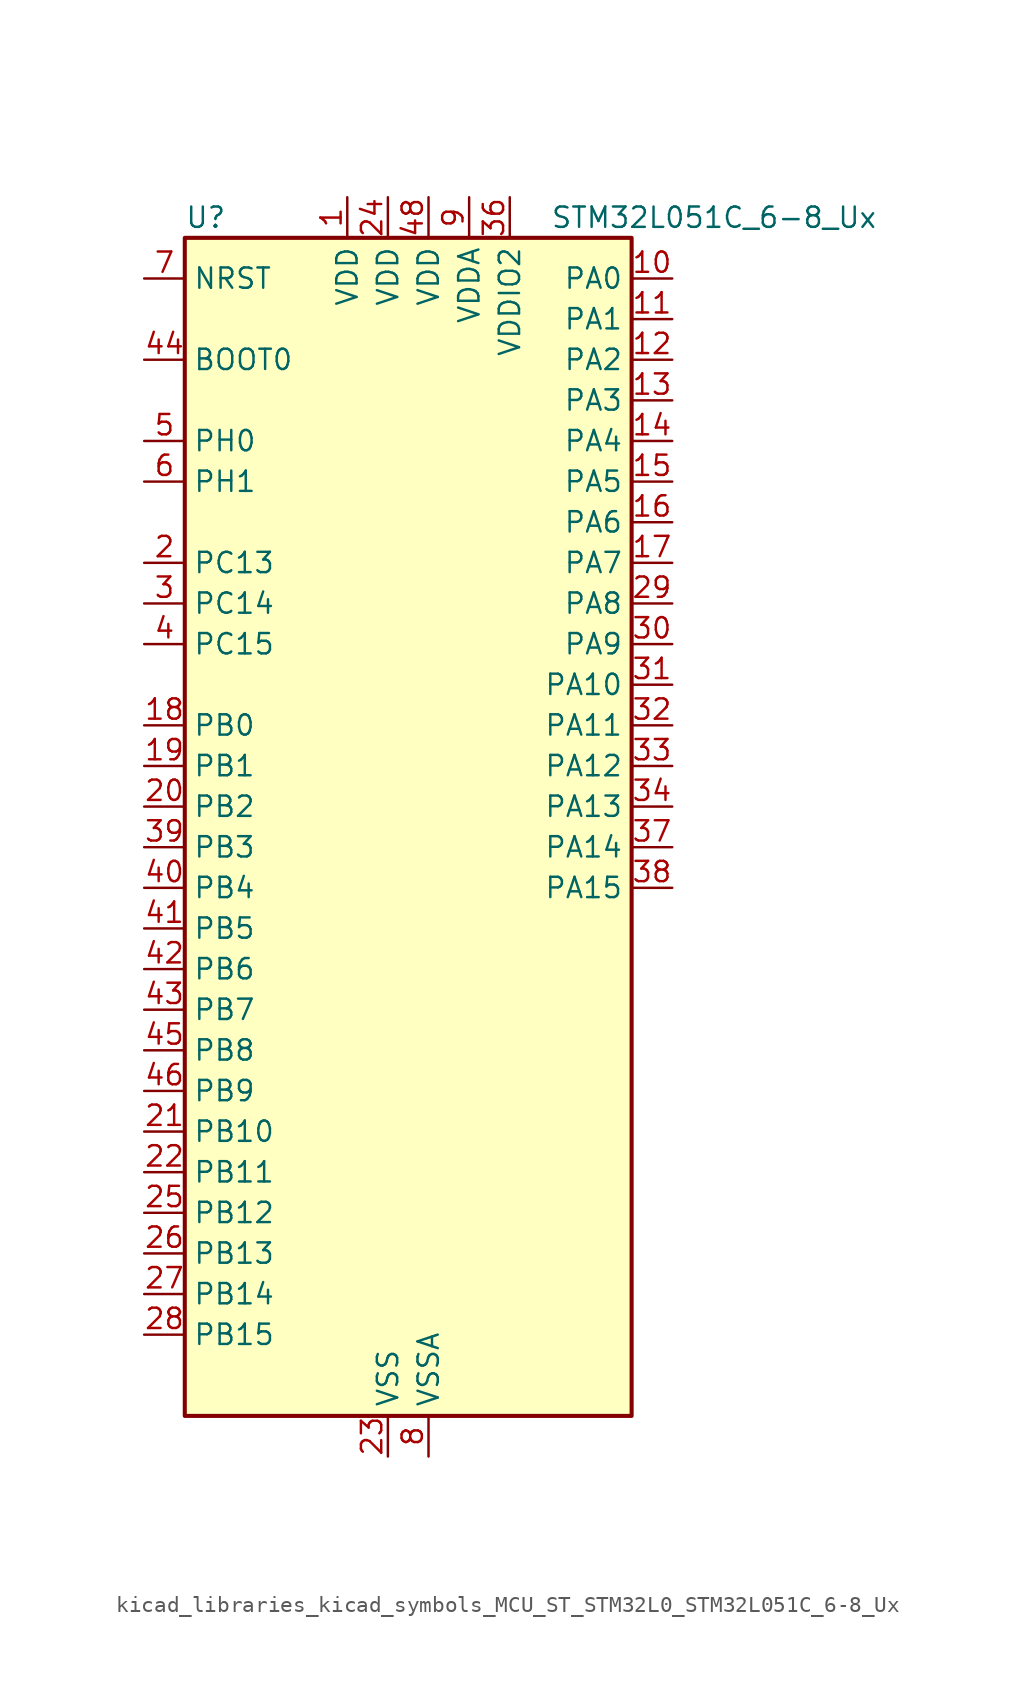
<source format=kicad_sym>
(kicad_symbol_lib
  (version 20220914)
  (generator kicad_symbol_editor)
  (symbol "kicad_libraries_kicad_symbols_MCU_ST_STM32L0_STM32L051C_6-8_Ux"
    (property "Reference" "U"
      (at -12.7 39.37 0)
      (effects (font (size 1.27 1.27)) (justify left)))
    (property "Value" "STM32L051C_6-8_Ux"
      (at 10.16 39.37 0)
      (effects (font (size 1.27 1.27)) (justify left)))
    (property "ki_locked" ""
      (at 0 0 0)
      (effects (font (size 1.27 1.27))))
    (symbol "kicad_libraries_kicad_symbols_MCU_ST_STM32L0_STM32L051C_6-8_Ux_0_1"
      (rectangle (start -12.7 -35.56) (end 15.24 38.1) (stroke (width 0.254) (type default)) (fill (type background))))
    (symbol "kicad_libraries_kicad_symbols_MCU_ST_STM32L0_STM32L051C_6-8_Ux_1_1"
      (pin power_in line (at -2.54 40.64 270) (length 2.54) (name "VDD" (effects (font (size 1.27 1.27)))) (number "1" (effects (font (size 1.27 1.27)))))
      (pin bidirectional line (at 17.78 35.56 180) (length 2.54) (name "PA0" (effects (font (size 1.27 1.27)))) (number "10" (effects (font (size 1.27 1.27)))) (alternate "ADC_IN0" bidirectional line) (alternate "COMP1_INM" bidirectional line) (alternate "COMP1_OUT" bidirectional line) (alternate "RTC_TAMP2" bidirectional line) (alternate "SYS_WKUP1" bidirectional line) (alternate "TIM2_CH1" bidirectional line) (alternate "TIM2_ETR" bidirectional line) (alternate "USART2_CTS" bidirectional line))
      (pin bidirectional line (at 17.78 33.02 180) (length 2.54) (name "PA1" (effects (font (size 1.27 1.27)))) (number "11" (effects (font (size 1.27 1.27)))) (alternate "ADC_IN1" bidirectional line) (alternate "COMP1_INP" bidirectional line) (alternate "TIM21_ETR" bidirectional line) (alternate "TIM2_CH2" bidirectional line) (alternate "USART2_DE" bidirectional line) (alternate "USART2_RTS" bidirectional line))
      (pin bidirectional line (at 17.78 30.48 180) (length 2.54) (name "PA2" (effects (font (size 1.27 1.27)))) (number "12" (effects (font (size 1.27 1.27)))) (alternate "ADC_IN2" bidirectional line) (alternate "COMP2_INM" bidirectional line) (alternate "COMP2_OUT" bidirectional line) (alternate "TIM21_CH1" bidirectional line) (alternate "TIM2_CH3" bidirectional line) (alternate "USART2_TX" bidirectional line))
      (pin bidirectional line (at 17.78 27.94 180) (length 2.54) (name "PA3" (effects (font (size 1.27 1.27)))) (number "13" (effects (font (size 1.27 1.27)))) (alternate "ADC_IN3" bidirectional line) (alternate "COMP2_INP" bidirectional line) (alternate "TIM21_CH2" bidirectional line) (alternate "TIM2_CH4" bidirectional line) (alternate "USART2_RX" bidirectional line))
      (pin bidirectional line (at 17.78 25.4 180) (length 2.54) (name "PA4" (effects (font (size 1.27 1.27)))) (number "14" (effects (font (size 1.27 1.27)))) (alternate "ADC_IN4" bidirectional line) (alternate "COMP1_INM" bidirectional line) (alternate "COMP2_INM" bidirectional line) (alternate "SPI1_NSS" bidirectional line) (alternate "TIM22_ETR" bidirectional line) (alternate "USART2_CK" bidirectional line))
      (pin bidirectional line (at 17.78 22.86 180) (length 2.54) (name "PA5" (effects (font (size 1.27 1.27)))) (number "15" (effects (font (size 1.27 1.27)))) (alternate "ADC_IN5" bidirectional line) (alternate "COMP1_INM" bidirectional line) (alternate "COMP2_INM" bidirectional line) (alternate "SPI1_SCK" bidirectional line) (alternate "TIM2_CH1" bidirectional line) (alternate "TIM2_ETR" bidirectional line))
      (pin bidirectional line (at 17.78 20.32 180) (length 2.54) (name "PA6" (effects (font (size 1.27 1.27)))) (number "16" (effects (font (size 1.27 1.27)))) (alternate "ADC_IN6" bidirectional line) (alternate "COMP1_OUT" bidirectional line) (alternate "LPUART1_CTS" bidirectional line) (alternate "SPI1_MISO" bidirectional line) (alternate "TIM22_CH1" bidirectional line))
      (pin bidirectional line (at 17.78 17.78 180) (length 2.54) (name "PA7" (effects (font (size 1.27 1.27)))) (number "17" (effects (font (size 1.27 1.27)))) (alternate "ADC_IN7" bidirectional line) (alternate "COMP2_OUT" bidirectional line) (alternate "SPI1_MOSI" bidirectional line) (alternate "TIM22_CH2" bidirectional line))
      (pin bidirectional line (at -15.24 7.62 0) (length 2.54) (name "PB0" (effects (font (size 1.27 1.27)))) (number "18" (effects (font (size 1.27 1.27)))) (alternate "ADC_IN8" bidirectional line) (alternate "SYS_VREF_OUT_PB0" bidirectional line))
      (pin bidirectional line (at -15.24 5.08 0) (length 2.54) (name "PB1" (effects (font (size 1.27 1.27)))) (number "19" (effects (font (size 1.27 1.27)))) (alternate "ADC_IN9" bidirectional line) (alternate "LPUART1_DE" bidirectional line) (alternate "LPUART1_RTS" bidirectional line) (alternate "SYS_VREF_OUT_PB1" bidirectional line))
      (pin bidirectional line (at -15.24 17.78 0) (length 2.54) (name "PC13" (effects (font (size 1.27 1.27)))) (number "2" (effects (font (size 1.27 1.27)))) (alternate "RTC_OUT_ALARM" bidirectional line) (alternate "RTC_OUT_CALIB" bidirectional line) (alternate "RTC_TAMP1" bidirectional line) (alternate "RTC_TS" bidirectional line) (alternate "SYS_WKUP2" bidirectional line))
      (pin bidirectional line (at -15.24 2.54 0) (length 2.54) (name "PB2" (effects (font (size 1.27 1.27)))) (number "20" (effects (font (size 1.27 1.27)))) (alternate "LPTIM1_OUT" bidirectional line))
      (pin bidirectional line (at -15.24 -17.78 0) (length 2.54) (name "PB10" (effects (font (size 1.27 1.27)))) (number "21" (effects (font (size 1.27 1.27)))) (alternate "I2C2_SCL" bidirectional line) (alternate "LPUART1_TX" bidirectional line) (alternate "SPI2_SCK" bidirectional line) (alternate "TIM2_CH3" bidirectional line))
      (pin bidirectional line (at -15.24 -20.32 0) (length 2.54) (name "PB11" (effects (font (size 1.27 1.27)))) (number "22" (effects (font (size 1.27 1.27)))) (alternate "ADC_EXTI11" bidirectional line) (alternate "I2C2_SDA" bidirectional line) (alternate "LPUART1_RX" bidirectional line) (alternate "TIM2_CH4" bidirectional line))
      (pin power_in line (at 0 -38.1 90) (length 2.54) (name "VSS" (effects (font (size 1.27 1.27)))) (number "23" (effects (font (size 1.27 1.27)))))
      (pin power_in line (at 0 40.64 270) (length 2.54) (name "VDD" (effects (font (size 1.27 1.27)))) (number "24" (effects (font (size 1.27 1.27)))))
      (pin bidirectional line (at -15.24 -22.86 0) (length 2.54) (name "PB12" (effects (font (size 1.27 1.27)))) (number "25" (effects (font (size 1.27 1.27)))) (alternate "I2S2_WS" bidirectional line) (alternate "LPUART1_DE" bidirectional line) (alternate "LPUART1_RTS" bidirectional line) (alternate "SPI2_NSS" bidirectional line))
      (pin bidirectional line (at -15.24 -25.4 0) (length 2.54) (name "PB13" (effects (font (size 1.27 1.27)))) (number "26" (effects (font (size 1.27 1.27)))) (alternate "I2C2_SCL" bidirectional line) (alternate "I2S2_CK" bidirectional line) (alternate "LPUART1_CTS" bidirectional line) (alternate "SPI2_SCK" bidirectional line) (alternate "TIM21_CH1" bidirectional line))
      (pin bidirectional line (at -15.24 -27.94 0) (length 2.54) (name "PB14" (effects (font (size 1.27 1.27)))) (number "27" (effects (font (size 1.27 1.27)))) (alternate "I2C2_SDA" bidirectional line) (alternate "I2S2_MCK" bidirectional line) (alternate "LPUART1_DE" bidirectional line) (alternate "LPUART1_RTS" bidirectional line) (alternate "RTC_OUT_ALARM" bidirectional line) (alternate "RTC_OUT_CALIB" bidirectional line) (alternate "SPI2_MISO" bidirectional line) (alternate "TIM21_CH2" bidirectional line))
      (pin bidirectional line (at -15.24 -30.48 0) (length 2.54) (name "PB15" (effects (font (size 1.27 1.27)))) (number "28" (effects (font (size 1.27 1.27)))) (alternate "I2S2_SD" bidirectional line) (alternate "RTC_REFIN" bidirectional line) (alternate "SPI2_MOSI" bidirectional line))
      (pin bidirectional line (at 17.78 15.24 180) (length 2.54) (name "PA8" (effects (font (size 1.27 1.27)))) (number "29" (effects (font (size 1.27 1.27)))) (alternate "RCC_MCO" bidirectional line) (alternate "USART1_CK" bidirectional line))
      (pin bidirectional line (at -15.24 15.24 0) (length 2.54) (name "PC14" (effects (font (size 1.27 1.27)))) (number "3" (effects (font (size 1.27 1.27)))) (alternate "RCC_OSC32_IN" bidirectional line))
      (pin bidirectional line (at 17.78 12.7 180) (length 2.54) (name "PA9" (effects (font (size 1.27 1.27)))) (number "30" (effects (font (size 1.27 1.27)))) (alternate "RCC_MCO" bidirectional line) (alternate "USART1_TX" bidirectional line))
      (pin bidirectional line (at 17.78 10.16 180) (length 2.54) (name "PA10" (effects (font (size 1.27 1.27)))) (number "31" (effects (font (size 1.27 1.27)))) (alternate "USART1_RX" bidirectional line))
      (pin bidirectional line (at 17.78 7.62 180) (length 2.54) (name "PA11" (effects (font (size 1.27 1.27)))) (number "32" (effects (font (size 1.27 1.27)))) (alternate "ADC_EXTI11" bidirectional line) (alternate "COMP1_OUT" bidirectional line) (alternate "SPI1_MISO" bidirectional line) (alternate "USART1_CTS" bidirectional line))
      (pin bidirectional line (at 17.78 5.08 180) (length 2.54) (name "PA12" (effects (font (size 1.27 1.27)))) (number "33" (effects (font (size 1.27 1.27)))) (alternate "COMP2_OUT" bidirectional line) (alternate "SPI1_MOSI" bidirectional line) (alternate "USART1_DE" bidirectional line) (alternate "USART1_RTS" bidirectional line))
      (pin bidirectional line (at 17.78 2.54 180) (length 2.54) (name "PA13" (effects (font (size 1.27 1.27)))) (number "34" (effects (font (size 1.27 1.27)))) (alternate "SYS_SWDIO" bidirectional line))
      (pin passive line (at 0 -38.1 90) (length 2.54) hide (name "VSS" (effects (font (size 1.27 1.27)))) (number "35" (effects (font (size 1.27 1.27)))))
      (pin power_in line (at 7.62 40.64 270) (length 2.54) (name "VDDIO2" (effects (font (size 1.27 1.27)))) (number "36" (effects (font (size 1.27 1.27)))))
      (pin bidirectional line (at 17.78 0 180) (length 2.54) (name "PA14" (effects (font (size 1.27 1.27)))) (number "37" (effects (font (size 1.27 1.27)))) (alternate "SYS_SWCLK" bidirectional line) (alternate "USART2_TX" bidirectional line))
      (pin bidirectional line (at 17.78 -2.54 180) (length 2.54) (name "PA15" (effects (font (size 1.27 1.27)))) (number "38" (effects (font (size 1.27 1.27)))) (alternate "SPI1_NSS" bidirectional line) (alternate "TIM2_CH1" bidirectional line) (alternate "TIM2_ETR" bidirectional line) (alternate "USART2_RX" bidirectional line))
      (pin bidirectional line (at -15.24 0 0) (length 2.54) (name "PB3" (effects (font (size 1.27 1.27)))) (number "39" (effects (font (size 1.27 1.27)))) (alternate "COMP2_INM" bidirectional line) (alternate "SPI1_SCK" bidirectional line) (alternate "TIM2_CH2" bidirectional line))
      (pin bidirectional line (at -15.24 12.7 0) (length 2.54) (name "PC15" (effects (font (size 1.27 1.27)))) (number "4" (effects (font (size 1.27 1.27)))) (alternate "RCC_OSC32_OUT" bidirectional line))
      (pin bidirectional line (at -15.24 -2.54 0) (length 2.54) (name "PB4" (effects (font (size 1.27 1.27)))) (number "40" (effects (font (size 1.27 1.27)))) (alternate "COMP2_INP" bidirectional line) (alternate "SPI1_MISO" bidirectional line) (alternate "TIM22_CH1" bidirectional line))
      (pin bidirectional line (at -15.24 -5.08 0) (length 2.54) (name "PB5" (effects (font (size 1.27 1.27)))) (number "41" (effects (font (size 1.27 1.27)))) (alternate "COMP2_INP" bidirectional line) (alternate "I2C1_SMBA" bidirectional line) (alternate "LPTIM1_IN1" bidirectional line) (alternate "SPI1_MOSI" bidirectional line) (alternate "TIM22_CH2" bidirectional line))
      (pin bidirectional line (at -15.24 -7.62 0) (length 2.54) (name "PB6" (effects (font (size 1.27 1.27)))) (number "42" (effects (font (size 1.27 1.27)))) (alternate "COMP2_INP" bidirectional line) (alternate "I2C1_SCL" bidirectional line) (alternate "LPTIM1_ETR" bidirectional line) (alternate "USART1_TX" bidirectional line))
      (pin bidirectional line (at -15.24 -10.16 0) (length 2.54) (name "PB7" (effects (font (size 1.27 1.27)))) (number "43" (effects (font (size 1.27 1.27)))) (alternate "COMP2_INP" bidirectional line) (alternate "I2C1_SDA" bidirectional line) (alternate "LPTIM1_IN2" bidirectional line) (alternate "SYS_PVD_IN" bidirectional line) (alternate "USART1_RX" bidirectional line))
      (pin input line (at -15.24 30.48 0) (length 2.54) (name "BOOT0" (effects (font (size 1.27 1.27)))) (number "44" (effects (font (size 1.27 1.27)))))
      (pin bidirectional line (at -15.24 -12.7 0) (length 2.54) (name "PB8" (effects (font (size 1.27 1.27)))) (number "45" (effects (font (size 1.27 1.27)))) (alternate "I2C1_SCL" bidirectional line))
      (pin bidirectional line (at -15.24 -15.24 0) (length 2.54) (name "PB9" (effects (font (size 1.27 1.27)))) (number "46" (effects (font (size 1.27 1.27)))) (alternate "I2C1_SDA" bidirectional line) (alternate "I2S2_WS" bidirectional line) (alternate "SPI2_NSS" bidirectional line))
      (pin passive line (at 0 -38.1 90) (length 2.54) hide (name "VSS" (effects (font (size 1.27 1.27)))) (number "47" (effects (font (size 1.27 1.27)))))
      (pin power_in line (at 2.54 40.64 270) (length 2.54) (name "VDD" (effects (font (size 1.27 1.27)))) (number "48" (effects (font (size 1.27 1.27)))))
      (pin passive line (at 0 -38.1 90) (length 2.54) hide (name "VSS" (effects (font (size 1.27 1.27)))) (number "49" (effects (font (size 1.27 1.27)))))
      (pin bidirectional line (at -15.24 25.4 0) (length 2.54) (name "PH0" (effects (font (size 1.27 1.27)))) (number "5" (effects (font (size 1.27 1.27)))) (alternate "RCC_OSC_IN" bidirectional line))
      (pin bidirectional line (at -15.24 22.86 0) (length 2.54) (name "PH1" (effects (font (size 1.27 1.27)))) (number "6" (effects (font (size 1.27 1.27)))) (alternate "RCC_OSC_OUT" bidirectional line))
      (pin input line (at -15.24 35.56 0) (length 2.54) (name "NRST" (effects (font (size 1.27 1.27)))) (number "7" (effects (font (size 1.27 1.27)))))
      (pin power_in line (at 2.54 -38.1 90) (length 2.54) (name "VSSA" (effects (font (size 1.27 1.27)))) (number "8" (effects (font (size 1.27 1.27)))))
      (pin power_in line (at 5.08 40.64 270) (length 2.54) (name "VDDA" (effects (font (size 1.27 1.27)))) (number "9" (effects (font (size 1.27 1.27))))))))
</source>
